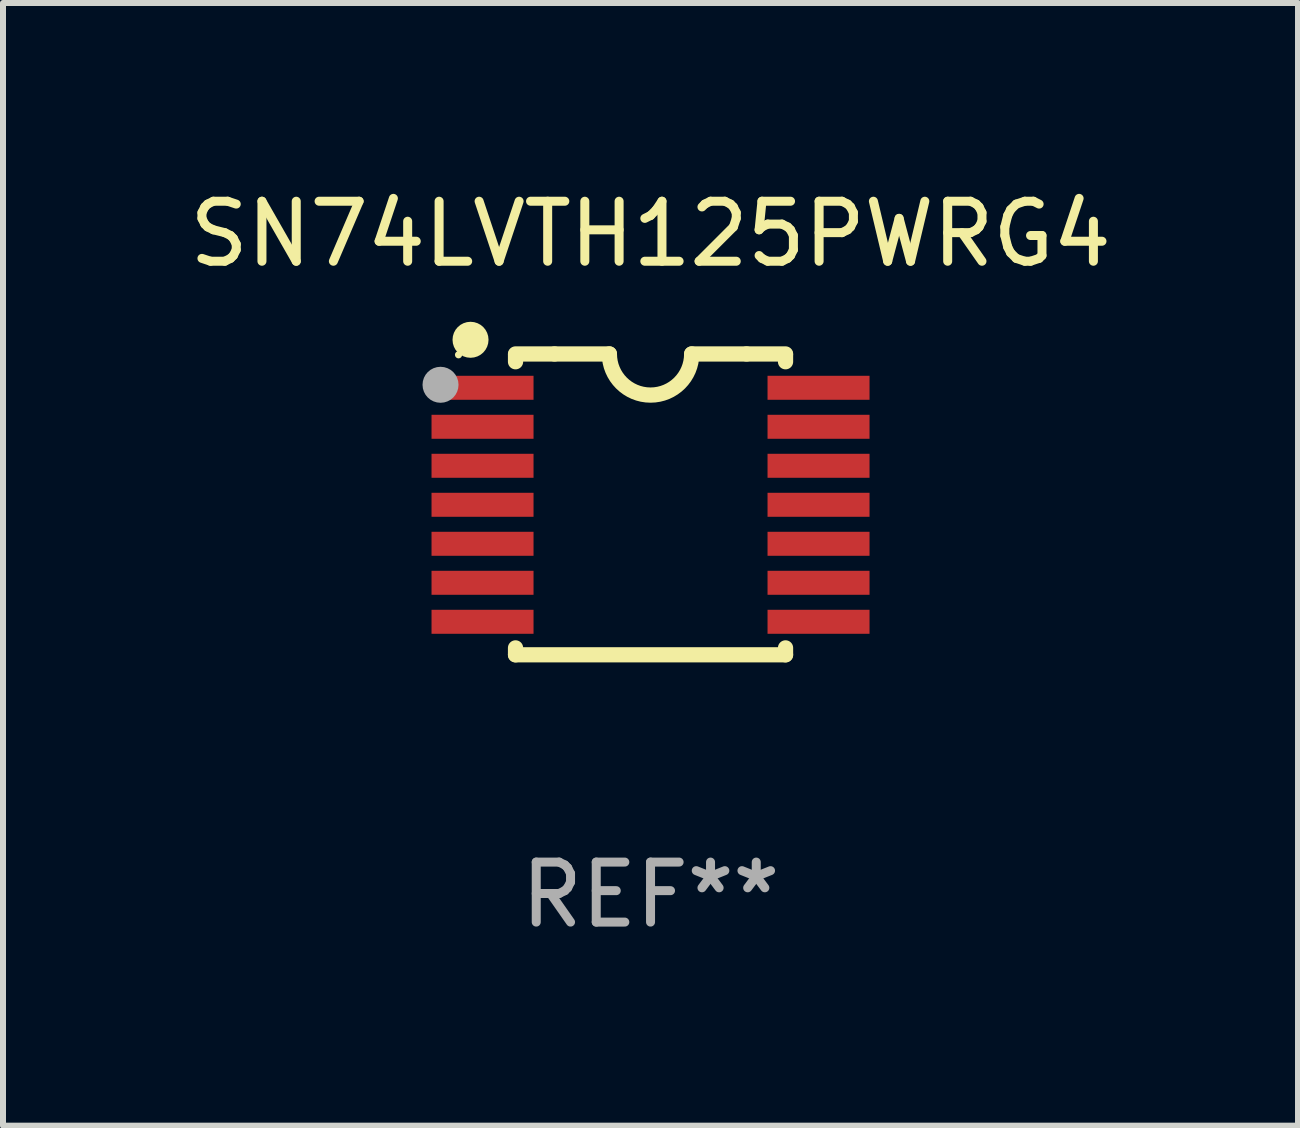
<source format=kicad_pcb>
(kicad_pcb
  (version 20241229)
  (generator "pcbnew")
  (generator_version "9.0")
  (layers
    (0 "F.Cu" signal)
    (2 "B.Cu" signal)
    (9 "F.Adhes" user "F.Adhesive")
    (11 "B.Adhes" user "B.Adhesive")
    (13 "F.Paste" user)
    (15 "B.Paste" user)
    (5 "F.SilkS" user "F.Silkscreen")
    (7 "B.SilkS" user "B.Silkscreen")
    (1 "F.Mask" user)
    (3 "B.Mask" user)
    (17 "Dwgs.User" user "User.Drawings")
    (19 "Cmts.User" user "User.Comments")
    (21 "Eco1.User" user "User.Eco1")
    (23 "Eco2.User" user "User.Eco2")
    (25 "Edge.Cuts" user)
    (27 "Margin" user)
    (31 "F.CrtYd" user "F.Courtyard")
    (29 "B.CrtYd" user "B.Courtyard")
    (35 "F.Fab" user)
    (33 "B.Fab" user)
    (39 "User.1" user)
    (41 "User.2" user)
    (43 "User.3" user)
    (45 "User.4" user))
  (footprint "SN74LVTH125PWRG4"
    (layer "F.Cu")
    (at 7.792 5.356)
    (property "Reference" "SN74LVTH125PWRG4" (at 0 -4.507 0) (layer "F.SilkS") (effects (font (size 1 1) (thickness 0.15))))
    (attr through_hole)
    (fp_line (start -2.25 -2.377) (end -2.25 -2.493) (stroke (width 0.254) (type solid)) (layer "F.SilkS"))
    (fp_line (start -2.25 2.507) (end -2.25 2.392) (stroke (width 0.254) (type solid)) (layer "F.SilkS"))
    (fp_line (start -1.6 -2.507) (end -2.25 -2.507) (stroke (width 0.254) (type solid)) (layer "F.SilkS"))
    (fp_line (start -1.6 -2.507) (end -0.686 -2.507) (stroke (width 0.254) (type solid)) (layer "F.SilkS"))
    (fp_line (start 0.686 -2.507) (end 1.6 -2.507) (stroke (width 0.254) (type solid)) (layer "F.SilkS"))
    (fp_line (start 1.6 -2.507) (end 2.25 -2.507) (stroke (width 0.254) (type solid)) (layer "F.SilkS"))
    (fp_line (start 2.25 -2.493) (end 2.25 -2.377) (stroke (width 0.254) (type solid)) (layer "F.SilkS"))
    (fp_line (start 2.25 2.392) (end 2.25 2.507) (stroke (width 0.254) (type solid)) (layer "F.SilkS"))
    (fp_line (start 2.25 2.507) (end -2.25 2.507) (stroke (width 0.254) (type solid)) (layer "F.SilkS"))
    (fp_arc (start 0.685852 -2.507303) (mid 0.000051 -1.821502) (end -0.68575 -2.507303) (stroke (width 0.254001) (type solid)) (layer "F.SilkS"))
    (fp_circle (center -3.2 -2.493) (end -3.17 -2.493) (stroke (width 0.06) (type solid)) (fill no) (layer "F.SilkS"))
    (fp_circle (center -3 -2.743) (end -2.85 -2.743) (stroke (width 0.3) (type solid)) (fill no) (layer "F.SilkS"))
    (fp_circle (center -3.5 -1.993) (end -3.35 -1.993) (stroke (width 0.3) (type solid)) (fill no) (layer "F.Fab"))
    (fp_text user "REF**" (at 0 6.507 0) (layer "F.Fab") (effects (font (size 1 1) (thickness 0.15))))
    (pad "1" smd rect (at -2.8 -1.943) (size 1.7 0.4) (layers "F.Cu" "F.Mask" "F.Paste"))
    (pad "2" smd rect (at -2.8 -1.293) (size 1.7 0.4) (layers "F.Cu" "F.Mask" "F.Paste"))
    (pad "3" smd rect (at -2.8 -0.643) (size 1.7 0.4) (layers "F.Cu" "F.Mask" "F.Paste"))
    (pad "4" smd rect (at -2.8 0.007) (size 1.7 0.4) (layers "F.Cu" "F.Mask" "F.Paste"))
    (pad "5" smd rect (at -2.8 0.657) (size 1.7 0.4) (layers "F.Cu" "F.Mask" "F.Paste"))
    (pad "6" smd rect (at -2.8 1.307) (size 1.7 0.4) (layers "F.Cu" "F.Mask" "F.Paste"))
    (pad "7" smd rect (at -2.8 1.957) (size 1.7 0.4) (layers "F.Cu" "F.Mask" "F.Paste"))
    (pad "8" smd rect (at 2.8 1.957) (size 1.7 0.4) (layers "F.Cu" "F.Mask" "F.Paste"))
    (pad "9" smd rect (at 2.8 1.307) (size 1.7 0.4) (layers "F.Cu" "F.Mask" "F.Paste"))
    (pad "10" smd rect (at 2.8 0.657) (size 1.7 0.4) (layers "F.Cu" "F.Mask" "F.Paste"))
    (pad "11" smd rect (at 2.8 0.007) (size 1.7 0.4) (layers "F.Cu" "F.Mask" "F.Paste"))
    (pad "12" smd rect (at 2.8 -0.643) (size 1.7 0.4) (layers "F.Cu" "F.Mask" "F.Paste"))
    (pad "13" smd rect (at 2.8 -1.293) (size 1.7 0.4) (layers "F.Cu" "F.Mask" "F.Paste"))
    (pad "14" smd rect (at 2.8 -1.943) (size 1.7 0.4) (layers "F.Cu" "F.Mask" "F.Paste")))
  (gr_rect
    (start -3 -3)
    (end 18.583 15.711)
    (stroke (width 0.1) (type default))
    (fill no)
    (layer "Edge.Cuts")))
</source>
